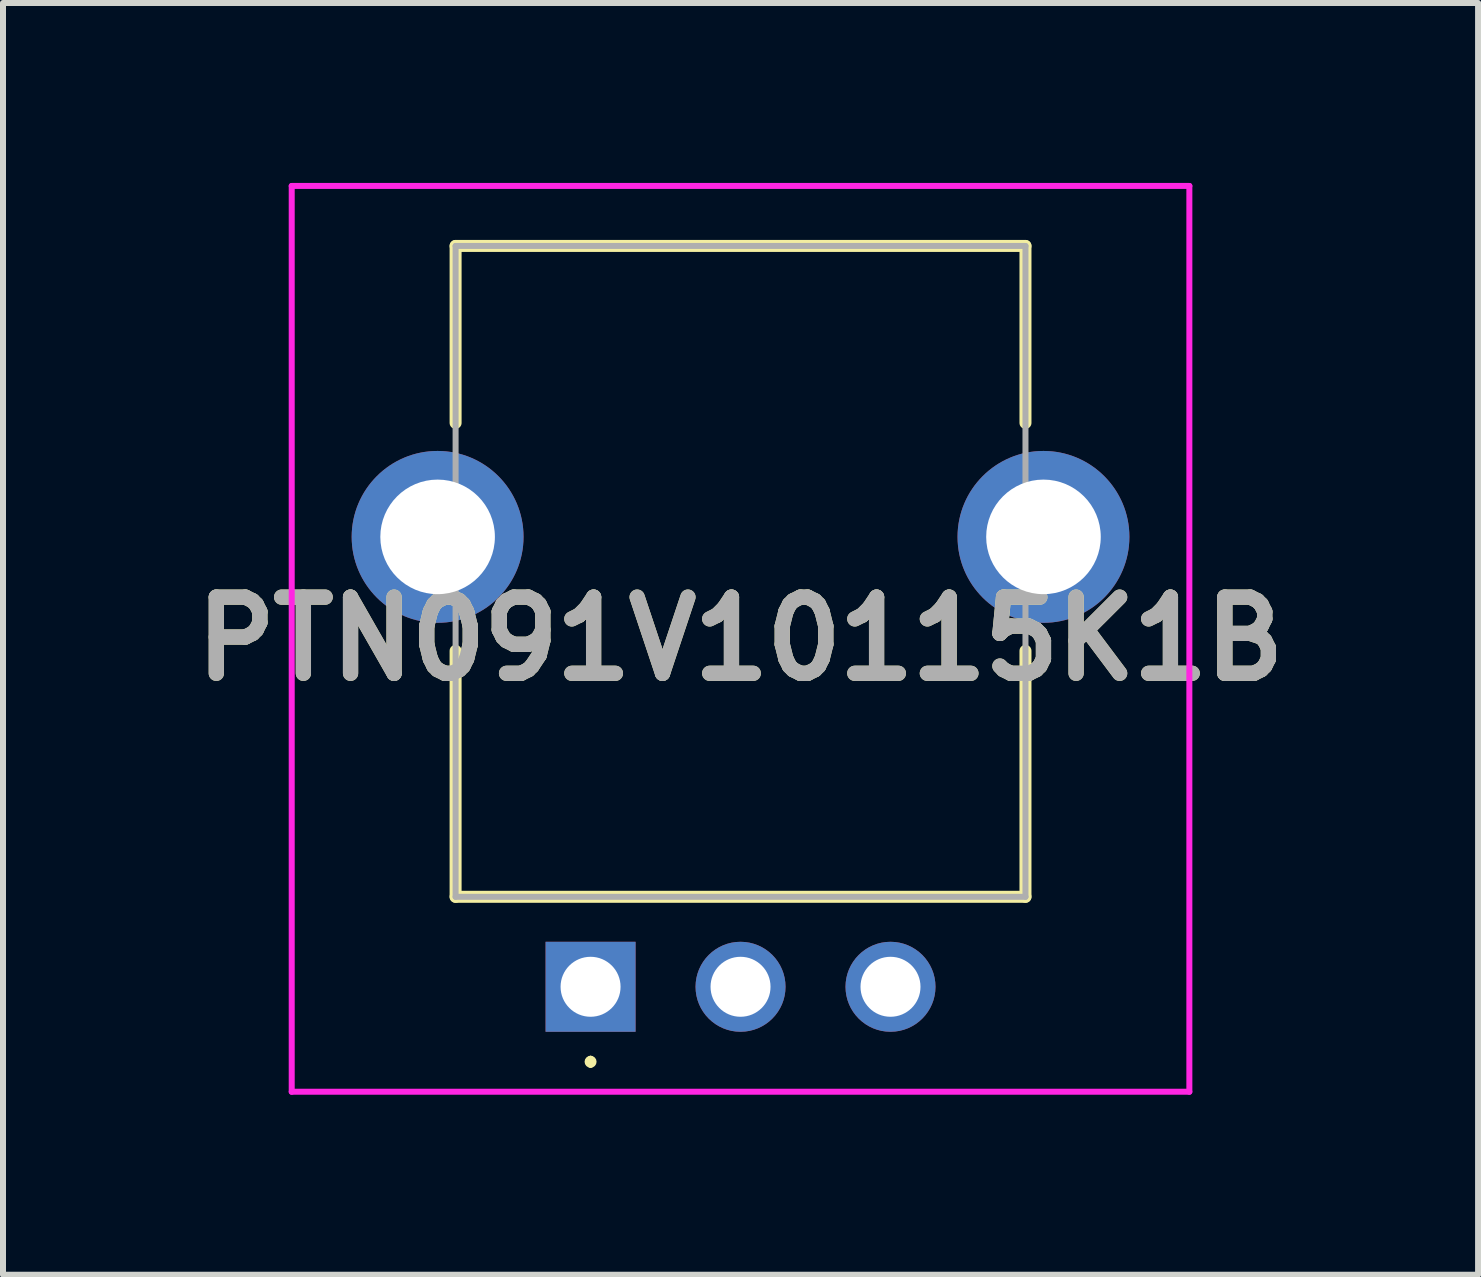
<source format=kicad_pcb>
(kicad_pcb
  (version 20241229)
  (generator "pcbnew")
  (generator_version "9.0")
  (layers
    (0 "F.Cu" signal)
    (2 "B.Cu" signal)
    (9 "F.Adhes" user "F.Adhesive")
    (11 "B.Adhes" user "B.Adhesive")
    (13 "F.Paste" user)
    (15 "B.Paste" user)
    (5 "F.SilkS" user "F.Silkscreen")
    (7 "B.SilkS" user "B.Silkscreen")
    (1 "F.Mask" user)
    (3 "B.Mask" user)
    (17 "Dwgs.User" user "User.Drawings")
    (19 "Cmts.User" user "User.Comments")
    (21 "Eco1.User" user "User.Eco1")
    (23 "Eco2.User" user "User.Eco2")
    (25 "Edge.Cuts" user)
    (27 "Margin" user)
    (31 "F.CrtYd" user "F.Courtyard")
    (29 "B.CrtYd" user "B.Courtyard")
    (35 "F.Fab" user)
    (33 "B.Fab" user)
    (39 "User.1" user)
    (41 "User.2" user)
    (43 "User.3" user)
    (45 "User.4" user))
  (footprint "PTN091V10115K1B"
    (layer "F.Cu")
    (at 6.795 13.4)
    (property "Reference" "PTN091V10115K1B" (at 2.5 -5.8 0) (layer "F.SilkS") (effects (font (size 1.27 1.27) (thickness 0.254))))
    (attr through_hole)
    (fp_line (start -2.25 -12.35) (end -2.25 -9.4) (stroke (width 0.2) (type solid)) (layer "F.SilkS"))
    (fp_line (start -2.25 -5.6) (end -2.25 -1.5) (stroke (width 0.2) (type solid)) (layer "F.SilkS"))
    (fp_line (start -2.25 -1.5) (end 7.25 -1.5) (stroke (width 0.2) (type solid)) (layer "F.SilkS"))
    (fp_line (start 0 1.2) (end 0 1.2) (stroke (width 0.1) (type solid)) (layer "F.SilkS"))
    (fp_line (start 0 1.3) (end 0 1.3) (stroke (width 0.1) (type solid)) (layer "F.SilkS"))
    (fp_line (start 7.25 -12.35) (end -2.25 -12.35) (stroke (width 0.2) (type solid)) (layer "F.SilkS"))
    (fp_line (start 7.25 -9.4) (end 7.25 -12.35) (stroke (width 0.2) (type solid)) (layer "F.SilkS"))
    (fp_line (start 7.25 -1.5) (end 7.25 -5.6) (stroke (width 0.2) (type solid)) (layer "F.SilkS"))
    (fp_arc (start 0 1.2) (mid 0.05 1.25) (end 0 1.3) (stroke (width 0.1) (type solid)) (layer "F.SilkS"))
    (fp_arc (start 0 1.3) (mid -0.05 1.25) (end 0 1.2) (stroke (width 0.1) (type solid)) (layer "F.SilkS"))
    (fp_line (start -4.982 -13.35) (end 9.982 -13.35) (stroke (width 0.1) (type solid)) (layer "F.CrtYd"))
    (fp_line (start -4.982 1.75) (end -4.982 -13.35) (stroke (width 0.1) (type solid)) (layer "F.CrtYd"))
    (fp_line (start 9.982 -13.35) (end 9.982 1.75) (stroke (width 0.1) (type solid)) (layer "F.CrtYd"))
    (fp_line (start 9.982 1.75) (end -4.982 1.75) (stroke (width 0.1) (type solid)) (layer "F.CrtYd"))
    (fp_line (start -2.25 -12.35) (end 7.25 -12.35) (stroke (width 0.1) (type solid)) (layer "F.Fab"))
    (fp_line (start -2.25 -1.5) (end -2.25 -12.35) (stroke (width 0.1) (type solid)) (layer "F.Fab"))
    (fp_line (start 7.25 -12.35) (end 7.25 -1.5) (stroke (width 0.1) (type solid)) (layer "F.Fab"))
    (fp_line (start 7.25 -1.5) (end -2.25 -1.5) (stroke (width 0.1) (type solid)) (layer "F.Fab"))
    (fp_text user "${REFERENCE}" (at 2.5 -5.8 0) (layer "F.Fab") (effects (font (size 1.27 1.27) (thickness 0.254))))
    (pad "1" thru_hole rect (at 0 0) (size 1.5 1.5) (drill 1) (layers "*.Cu" "*.Mask"))
    (pad "2" thru_hole circle (at 2.5 0) (size 1.5 1.5) (drill 1) (layers "*.Cu" "*.Mask"))
    (pad "3" thru_hole circle (at 5 0) (size 1.5 1.5) (drill 1) (layers "*.Cu" "*.Mask"))
    (pad "4" thru_hole circle (at -2.55 -7.5) (size 2.865 2.865) (drill 1.91) (layers "*.Cu" "*.Mask"))
    (pad "5" thru_hole circle (at 7.55 -7.5) (size 2.865 2.865) (drill 1.91) (layers "*.Cu" "*.Mask")))
  (gr_rect
    (start -3 -3)
    (end 21.59 18.2)
    (stroke (width 0.1) (type default))
    (fill no)
    (layer "Edge.Cuts")))
</source>
